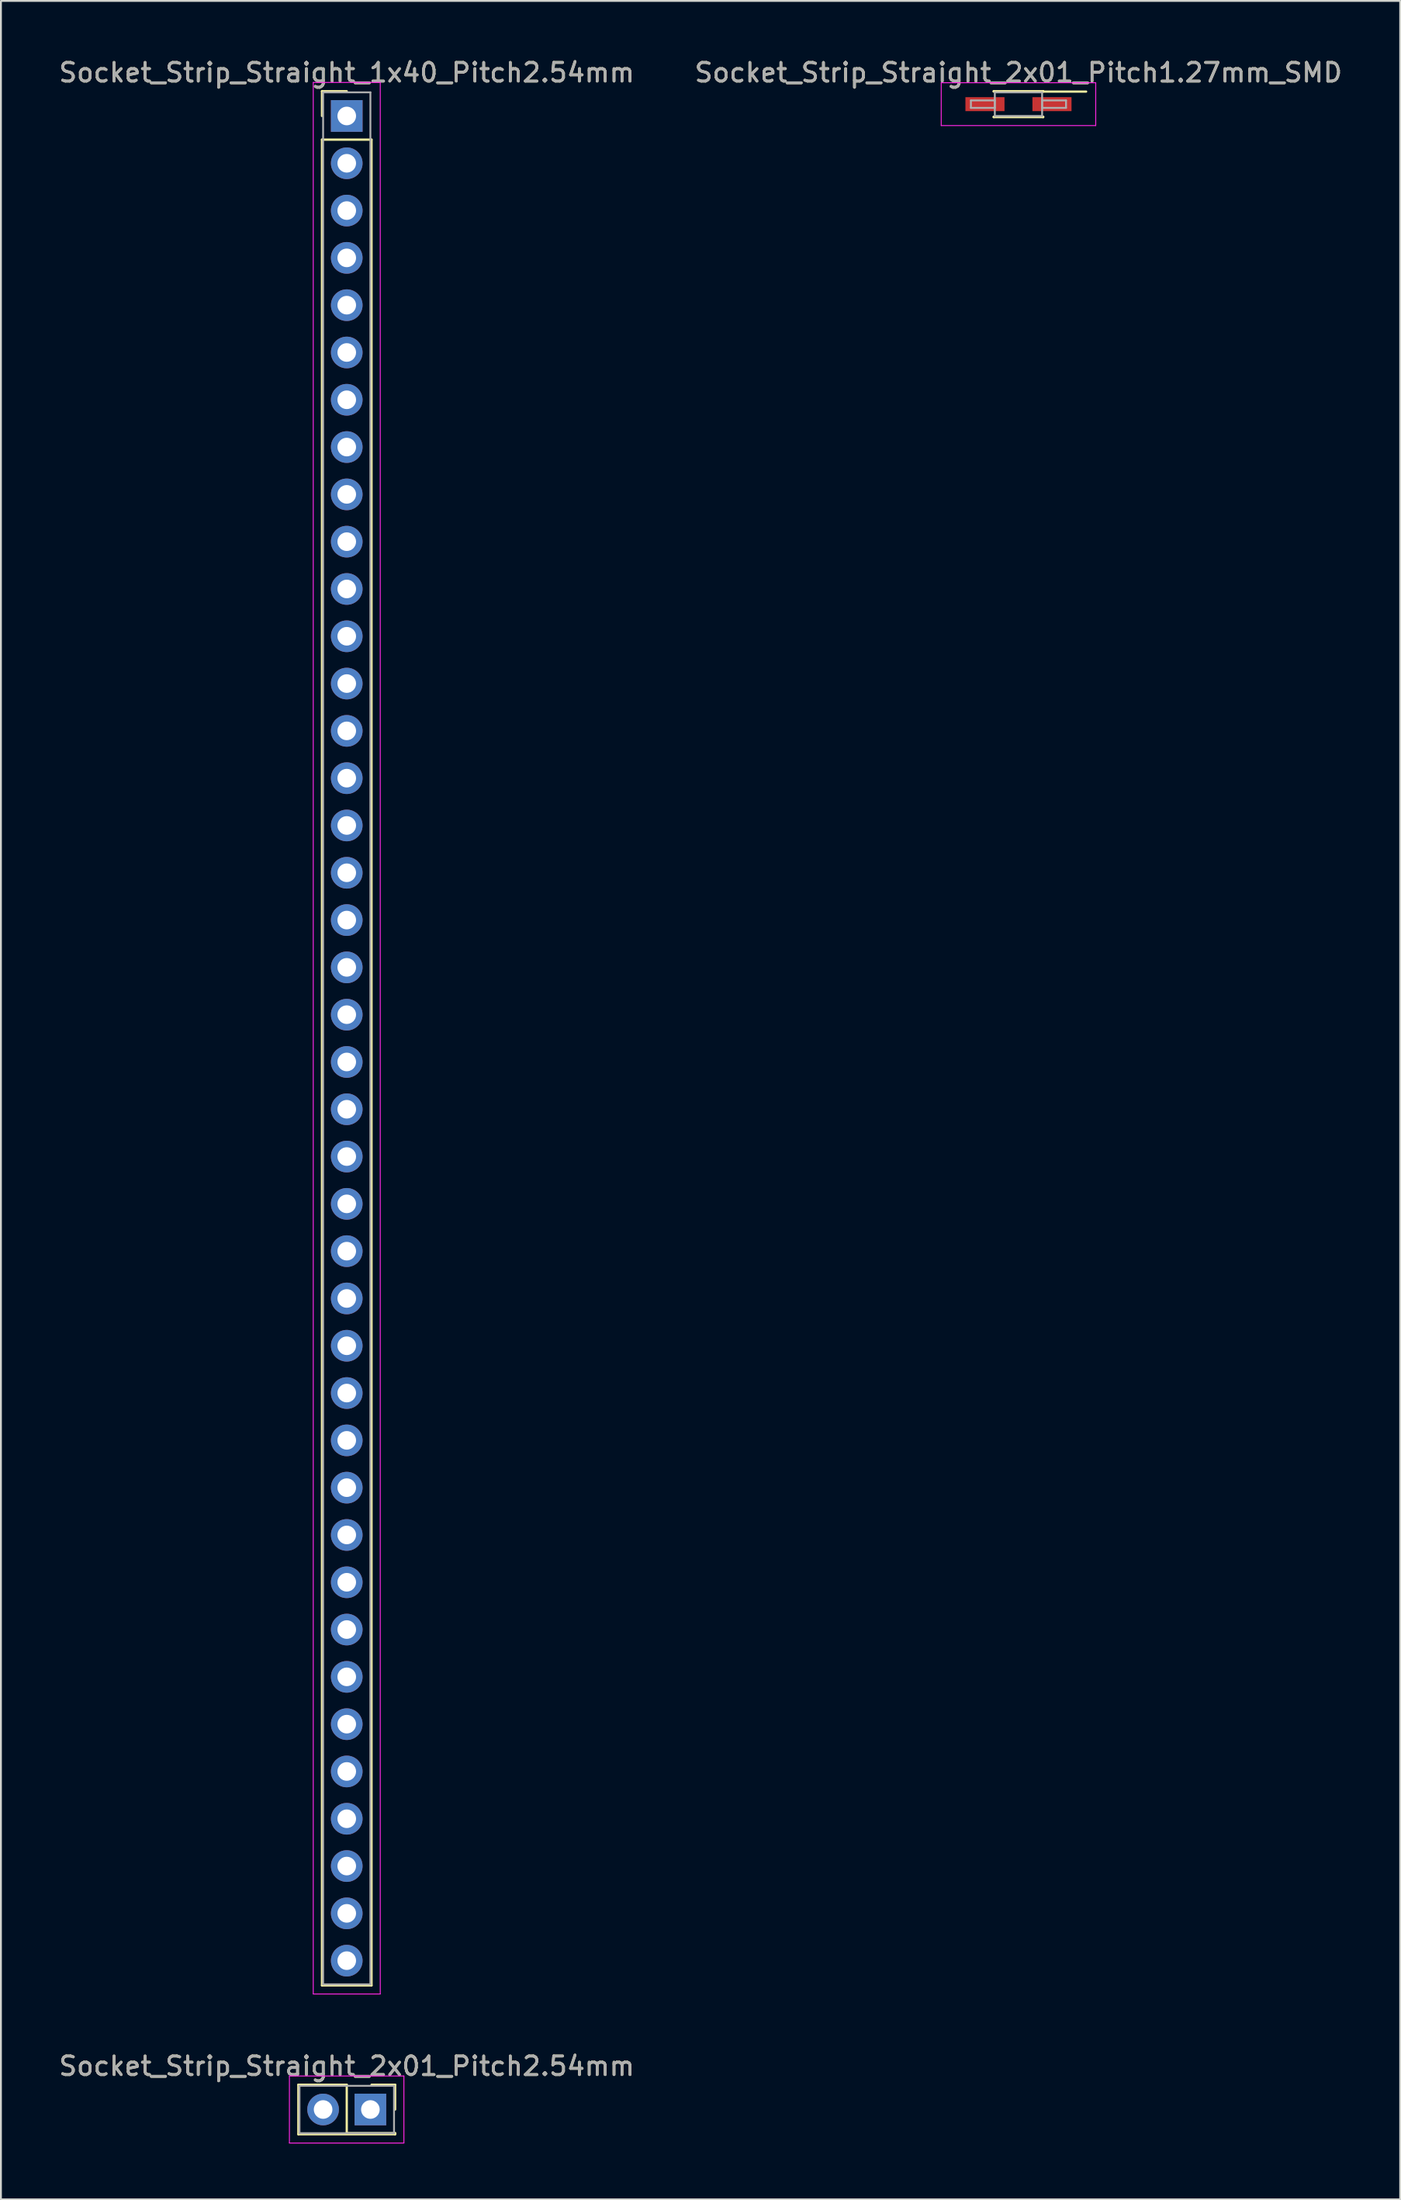
<source format=kicad_pcb>
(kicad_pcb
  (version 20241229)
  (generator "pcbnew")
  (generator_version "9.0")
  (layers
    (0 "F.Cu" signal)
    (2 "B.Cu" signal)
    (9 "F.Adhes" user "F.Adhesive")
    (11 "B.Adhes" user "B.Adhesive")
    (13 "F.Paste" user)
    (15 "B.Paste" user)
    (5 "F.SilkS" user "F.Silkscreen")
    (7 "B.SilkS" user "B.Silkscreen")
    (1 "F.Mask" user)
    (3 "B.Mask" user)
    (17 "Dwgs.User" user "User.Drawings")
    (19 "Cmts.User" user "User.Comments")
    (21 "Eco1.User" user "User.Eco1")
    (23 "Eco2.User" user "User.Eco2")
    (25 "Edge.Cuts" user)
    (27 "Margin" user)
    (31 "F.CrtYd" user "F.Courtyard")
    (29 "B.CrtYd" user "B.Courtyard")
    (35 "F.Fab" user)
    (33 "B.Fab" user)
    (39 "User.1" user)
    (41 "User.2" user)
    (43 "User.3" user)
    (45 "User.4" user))
  (footprint "Socket_Strip_Straight_2x01_Pitch2.54mm"
    (layer "F.Cu")
    (at 16.847 110.231)
    (property "Reference" "Socket_Strip_Straight_2x01_Pitch2.54mm" (at -1.27 -2.33 0) (layer "F.SilkS") (effects (font (size 1 1) (thickness 0.15))))
    (attr through_hole)
    (fp_line (start -3.87 -1.33) (end -1.27 -1.33) (stroke (width 0.12) (type solid)) (layer "F.SilkS"))
    (fp_line (start -3.87 1.33) (end -3.87 -1.33) (stroke (width 0.12) (type solid)) (layer "F.SilkS"))
    (fp_line (start -1.27 -1.33) (end -1.27 1.27) (stroke (width 0.12) (type solid)) (layer "F.SilkS"))
    (fp_line (start -1.27 1.27) (end 1.33 1.27) (stroke (width 0.12) (type solid)) (layer "F.SilkS"))
    (fp_line (start 1.33 -1.33) (end 0.06 -1.33) (stroke (width 0.12) (type solid)) (layer "F.SilkS"))
    (fp_line (start 1.33 0) (end 1.33 -1.33) (stroke (width 0.12) (type solid)) (layer "F.SilkS"))
    (fp_line (start 1.33 1.27) (end 1.33 1.33) (stroke (width 0.12) (type solid)) (layer "F.SilkS"))
    (fp_line (start 1.33 1.33) (end -3.87 1.33) (stroke (width 0.12) (type solid)) (layer "F.SilkS"))
    (fp_line (start -4.35 -1.8) (end -4.35 1.8) (stroke (width 0.05) (type solid)) (layer "F.CrtYd"))
    (fp_line (start -4.35 1.8) (end 1.8 1.8) (stroke (width 0.05) (type solid)) (layer "F.CrtYd"))
    (fp_line (start 1.8 -1.8) (end -4.35 -1.8) (stroke (width 0.05) (type solid)) (layer "F.CrtYd"))
    (fp_line (start 1.8 1.8) (end 1.8 -1.8) (stroke (width 0.05) (type solid)) (layer "F.CrtYd"))
    (fp_line (start -3.81 -1.27) (end -3.81 1.27) (stroke (width 0.1) (type solid)) (layer "F.Fab"))
    (fp_line (start -3.81 1.27) (end 1.27 1.27) (stroke (width 0.1) (type solid)) (layer "F.Fab"))
    (fp_line (start 1.27 -1.27) (end -3.81 -1.27) (stroke (width 0.1) (type solid)) (layer "F.Fab"))
    (fp_line (start 1.27 1.27) (end 1.27 -1.27) (stroke (width 0.1) (type solid)) (layer "F.Fab"))
    (fp_text user "${REFERENCE}" (at -1.27 -2.33 0) (layer "F.Fab") (effects (font (size 1 1) (thickness 0.15))))
    (pad "1" thru_hole rect (at 0 0) (size 1.7 1.7) (drill 1) (layers "*.Cu" "*.Mask"))
    (pad "2" thru_hole oval (at -2.54 0) (size 1.7 1.7) (drill 1) (layers "*.Cu" "*.Mask")))
  (footprint "Socket_Strip_Straight_2x01_Pitch1.27mm_SMD"
    (layer "F.Cu")
    (at 51.661 2.543)
    (property "Reference" "Socket_Strip_Straight_2x01_Pitch1.27mm_SMD" (at 0 -1.695 0) (layer "F.SilkS") (effects (font (size 1 1) (thickness 0.15))))
    (attr smd)
    (fp_line (start -1.33 -0.695) (end 1.33 -0.695) (stroke (width 0.12) (type solid)) (layer "F.SilkS"))
    (fp_line (start -1.33 -0.675) (end -1.33 -0.695) (stroke (width 0.12) (type solid)) (layer "F.SilkS"))
    (fp_line (start -1.33 0.675) (end -1.33 0.695) (stroke (width 0.12) (type solid)) (layer "F.SilkS"))
    (fp_line (start -1.33 0.695) (end 1.33 0.695) (stroke (width 0.12) (type solid)) (layer "F.SilkS"))
    (fp_line (start 1.33 -0.695) (end 1.33 -0.675) (stroke (width 0.12) (type solid)) (layer "F.SilkS"))
    (fp_line (start 1.33 0.695) (end 1.33 0.675) (stroke (width 0.12) (type solid)) (layer "F.SilkS"))
    (fp_line (start 3.635 -0.675) (end 1.33 -0.675) (stroke (width 0.12) (type solid)) (layer "F.SilkS"))
    (fp_line (start -4.15 -1.15) (end -4.15 1.15) (stroke (width 0.05) (type solid)) (layer "F.CrtYd"))
    (fp_line (start -4.15 1.15) (end 4.15 1.15) (stroke (width 0.05) (type solid)) (layer "F.CrtYd"))
    (fp_line (start 4.15 -1.15) (end -4.15 -1.15) (stroke (width 0.05) (type solid)) (layer "F.CrtYd"))
    (fp_line (start 4.15 1.15) (end 4.15 -1.15) (stroke (width 0.05) (type solid)) (layer "F.CrtYd"))
    (fp_line (start -2.555 -0.2) (end -1.27 -0.2) (stroke (width 0.1) (type solid)) (layer "F.Fab"))
    (fp_line (start -2.555 0.2) (end -2.555 -0.2) (stroke (width 0.1) (type solid)) (layer "F.Fab"))
    (fp_line (start -1.27 -0.635) (end -1.27 0.635) (stroke (width 0.1) (type solid)) (layer "F.Fab"))
    (fp_line (start -1.27 -0.2) (end -1.27 0.2) (stroke (width 0.1) (type solid)) (layer "F.Fab"))
    (fp_line (start -1.27 0.2) (end -2.555 0.2) (stroke (width 0.1) (type solid)) (layer "F.Fab"))
    (fp_line (start -1.27 0.635) (end 1.27 0.635) (stroke (width 0.1) (type solid)) (layer "F.Fab"))
    (fp_line (start 1.27 -0.635) (end -1.27 -0.635) (stroke (width 0.1) (type solid)) (layer "F.Fab"))
    (fp_line (start 1.27 -0.2) (end 1.27 0.2) (stroke (width 0.1) (type solid)) (layer "F.Fab"))
    (fp_line (start 1.27 0.2) (end 2.555 0.2) (stroke (width 0.1) (type solid)) (layer "F.Fab"))
    (fp_line (start 1.27 0.635) (end 1.27 -0.635) (stroke (width 0.1) (type solid)) (layer "F.Fab"))
    (fp_line (start 2.555 -0.2) (end 1.27 -0.2) (stroke (width 0.1) (type solid)) (layer "F.Fab"))
    (fp_line (start 2.555 0.2) (end 2.555 -0.2) (stroke (width 0.1) (type solid)) (layer "F.Fab"))
    (fp_text user "${REFERENCE}" (at 0 -1.695 0) (layer "F.Fab") (effects (font (size 1 1) (thickness 0.15))))
    (pad "1" smd rect (at 1.8 0) (size 2.1 0.75) (layers "F.Cu" "F.Mask" "F.Paste"))
    (pad "2" smd rect (at -1.8 0) (size 2.1 0.75) (layers "F.Cu" "F.Mask" "F.Paste")))
  (footprint "Socket_Strip_Straight_1x40_Pitch2.54mm"
    (layer "F.Cu")
    (at 15.577 3.178)
    (property "Reference" "Socket_Strip_Straight_1x40_Pitch2.54mm" (at 0 -2.33 0) (layer "F.SilkS") (effects (font (size 1 1) (thickness 0.15))))
    (attr through_hole)
    (fp_line (start -1.33 -1.33) (end 0 -1.33) (stroke (width 0.12) (type solid)) (layer "F.SilkS"))
    (fp_line (start -1.33 0) (end -1.33 -1.33) (stroke (width 0.12) (type solid)) (layer "F.SilkS"))
    (fp_line (start -1.33 1.27) (end -1.33 100.39) (stroke (width 0.12) (type solid)) (layer "F.SilkS"))
    (fp_line (start -1.33 100.39) (end 1.33 100.39) (stroke (width 0.12) (type solid)) (layer "F.SilkS"))
    (fp_line (start 1.33 1.27) (end -1.33 1.27) (stroke (width 0.12) (type solid)) (layer "F.SilkS"))
    (fp_line (start 1.33 100.39) (end 1.33 1.27) (stroke (width 0.12) (type solid)) (layer "F.SilkS"))
    (fp_line (start -1.8 -1.8) (end -1.8 100.85) (stroke (width 0.05) (type solid)) (layer "F.CrtYd"))
    (fp_line (start -1.8 100.85) (end 1.8 100.85) (stroke (width 0.05) (type solid)) (layer "F.CrtYd"))
    (fp_line (start 1.8 -1.8) (end -1.8 -1.8) (stroke (width 0.05) (type solid)) (layer "F.CrtYd"))
    (fp_line (start 1.8 100.85) (end 1.8 -1.8) (stroke (width 0.05) (type solid)) (layer "F.CrtYd"))
    (fp_line (start -1.27 -1.27) (end -1.27 100.33) (stroke (width 0.1) (type solid)) (layer "F.Fab"))
    (fp_line (start -1.27 100.33) (end 1.27 100.33) (stroke (width 0.1) (type solid)) (layer "F.Fab"))
    (fp_line (start 1.27 -1.27) (end -1.27 -1.27) (stroke (width 0.1) (type solid)) (layer "F.Fab"))
    (fp_line (start 1.27 100.33) (end 1.27 -1.27) (stroke (width 0.1) (type solid)) (layer "F.Fab"))
    (fp_text user "${REFERENCE}" (at 0 -2.33 0) (layer "F.Fab") (effects (font (size 1 1) (thickness 0.15))))
    (pad "1" thru_hole rect (at 0 0) (size 1.7 1.7) (drill 1) (layers "*.Cu" "*.Mask"))
    (pad "2" thru_hole oval (at 0 2.54) (size 1.7 1.7) (drill 1) (layers "*.Cu" "*.Mask"))
    (pad "3" thru_hole oval (at 0 5.08) (size 1.7 1.7) (drill 1) (layers "*.Cu" "*.Mask"))
    (pad "4" thru_hole oval (at 0 7.62) (size 1.7 1.7) (drill 1) (layers "*.Cu" "*.Mask"))
    (pad "5" thru_hole oval (at 0 10.16) (size 1.7 1.7) (drill 1) (layers "*.Cu" "*.Mask"))
    (pad "6" thru_hole oval (at 0 12.7) (size 1.7 1.7) (drill 1) (layers "*.Cu" "*.Mask"))
    (pad "7" thru_hole oval (at 0 15.24) (size 1.7 1.7) (drill 1) (layers "*.Cu" "*.Mask"))
    (pad "8" thru_hole oval (at 0 17.78) (size 1.7 1.7) (drill 1) (layers "*.Cu" "*.Mask"))
    (pad "9" thru_hole oval (at 0 20.32) (size 1.7 1.7) (drill 1) (layers "*.Cu" "*.Mask"))
    (pad "10" thru_hole oval (at 0 22.86) (size 1.7 1.7) (drill 1) (layers "*.Cu" "*.Mask"))
    (pad "11" thru_hole oval (at 0 25.4) (size 1.7 1.7) (drill 1) (layers "*.Cu" "*.Mask"))
    (pad "12" thru_hole oval (at 0 27.94) (size 1.7 1.7) (drill 1) (layers "*.Cu" "*.Mask"))
    (pad "13" thru_hole oval (at 0 30.48) (size 1.7 1.7) (drill 1) (layers "*.Cu" "*.Mask"))
    (pad "14" thru_hole oval (at 0 33.02) (size 1.7 1.7) (drill 1) (layers "*.Cu" "*.Mask"))
    (pad "15" thru_hole oval (at 0 35.56) (size 1.7 1.7) (drill 1) (layers "*.Cu" "*.Mask"))
    (pad "16" thru_hole oval (at 0 38.1) (size 1.7 1.7) (drill 1) (layers "*.Cu" "*.Mask"))
    (pad "17" thru_hole oval (at 0 40.64) (size 1.7 1.7) (drill 1) (layers "*.Cu" "*.Mask"))
    (pad "18" thru_hole oval (at 0 43.18) (size 1.7 1.7) (drill 1) (layers "*.Cu" "*.Mask"))
    (pad "19" thru_hole oval (at 0 45.72) (size 1.7 1.7) (drill 1) (layers "*.Cu" "*.Mask"))
    (pad "20" thru_hole oval (at 0 48.26) (size 1.7 1.7) (drill 1) (layers "*.Cu" "*.Mask"))
    (pad "21" thru_hole oval (at 0 50.8) (size 1.7 1.7) (drill 1) (layers "*.Cu" "*.Mask"))
    (pad "22" thru_hole oval (at 0 53.34) (size 1.7 1.7) (drill 1) (layers "*.Cu" "*.Mask"))
    (pad "23" thru_hole oval (at 0 55.88) (size 1.7 1.7) (drill 1) (layers "*.Cu" "*.Mask"))
    (pad "24" thru_hole oval (at 0 58.42) (size 1.7 1.7) (drill 1) (layers "*.Cu" "*.Mask"))
    (pad "25" thru_hole oval (at 0 60.96) (size 1.7 1.7) (drill 1) (layers "*.Cu" "*.Mask"))
    (pad "26" thru_hole oval (at 0 63.5) (size 1.7 1.7) (drill 1) (layers "*.Cu" "*.Mask"))
    (pad "27" thru_hole oval (at 0 66.04) (size 1.7 1.7) (drill 1) (layers "*.Cu" "*.Mask"))
    (pad "28" thru_hole oval (at 0 68.58) (size 1.7 1.7) (drill 1) (layers "*.Cu" "*.Mask"))
    (pad "29" thru_hole oval (at 0 71.12) (size 1.7 1.7) (drill 1) (layers "*.Cu" "*.Mask"))
    (pad "30" thru_hole oval (at 0 73.66) (size 1.7 1.7) (drill 1) (layers "*.Cu" "*.Mask"))
    (pad "31" thru_hole oval (at 0 76.2) (size 1.7 1.7) (drill 1) (layers "*.Cu" "*.Mask"))
    (pad "32" thru_hole oval (at 0 78.74) (size 1.7 1.7) (drill 1) (layers "*.Cu" "*.Mask"))
    (pad "33" thru_hole oval (at 0 81.28) (size 1.7 1.7) (drill 1) (layers "*.Cu" "*.Mask"))
    (pad "34" thru_hole oval (at 0 83.82) (size 1.7 1.7) (drill 1) (layers "*.Cu" "*.Mask"))
    (pad "35" thru_hole oval (at 0 86.36) (size 1.7 1.7) (drill 1) (layers "*.Cu" "*.Mask"))
    (pad "36" thru_hole oval (at 0 88.9) (size 1.7 1.7) (drill 1) (layers "*.Cu" "*.Mask"))
    (pad "37" thru_hole oval (at 0 91.44) (size 1.7 1.7) (drill 1) (layers "*.Cu" "*.Mask"))
    (pad "38" thru_hole oval (at 0 93.98) (size 1.7 1.7) (drill 1) (layers "*.Cu" "*.Mask"))
    (pad "39" thru_hole oval (at 0 96.52) (size 1.7 1.7) (drill 1) (layers "*.Cu" "*.Mask"))
    (pad "40" thru_hole oval (at 0 99.06) (size 1.7 1.7) (drill 1) (layers "*.Cu" "*.Mask")))
  (gr_rect
    (start -3 -3)
    (end 72.167 115.056)
    (stroke (width 0.1) (type default))
    (fill no)
    (layer "Edge.Cuts")))
</source>
